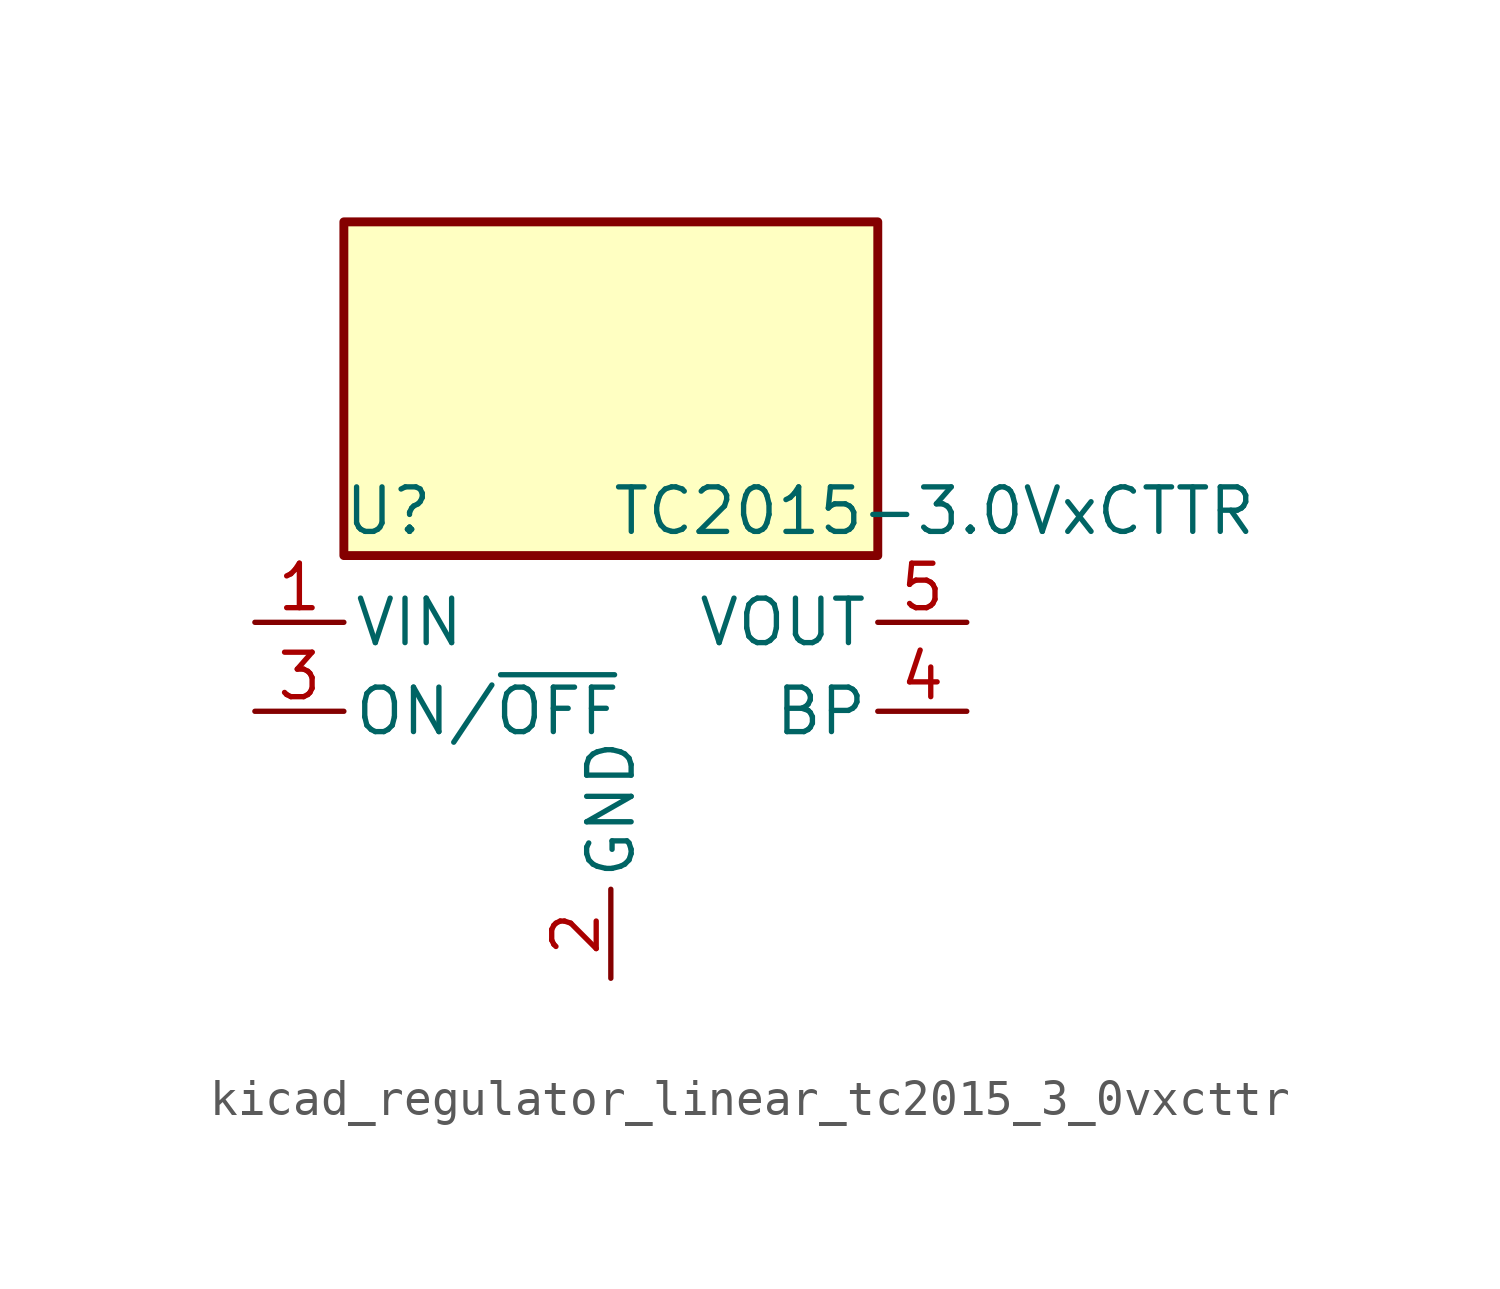
<source format=kicad_sym>
(kicad_symbol_lib
  (version 20220914)
  (generator kicad_symbol_editor)
  (symbol "kicad_regulator_linear_tc2015_3_0vxcttr"
    (pin_names
      (offset 0.254))
    (property "Reference" "U"
      (at -6.35 5.715 0)
      (effects (font (size 1.27 1.27))))
    (property "Value" "TC2015-3.0VxCTTR"
      (at 0 5.715 0)
      (effects (font (size 1.27 1.27)) (justify left)))
    (symbol "kicad_regulator_linear_tc2015_3_0vxcttr_0_1"
      (rectangle (start 7.62 13.97) (end -7.62 4.445) (stroke (width 0.254) (type default)) (fill (type background))))
    (symbol "kicad_regulator_linear_tc2015_3_0vxcttr_1_1"
      (pin power_in line (at -10.16 2.54 0) (length 2.54) (name "VIN" (effects (font (size 1.27 1.27)))) (number "1" (effects (font (size 1.27 1.27)))))
      (pin power_in line (at 0 -7.62 90) (length 2.54) (name "GND" (effects (font (size 1.27 1.27)))) (number "2" (effects (font (size 1.27 1.27)))))
      (pin input line (at -10.16 0 0) (length 2.54) (name "ON/~{OFF}" (effects (font (size 1.27 1.27)))) (number "3" (effects (font (size 1.27 1.27)))))
      (pin input line (at 10.16 0 180) (length 2.54) (name "BP" (effects (font (size 1.27 1.27)))) (number "4" (effects (font (size 1.27 1.27)))))
      (pin power_out line (at 10.16 2.54 180) (length 2.54) (name "VOUT" (effects (font (size 1.27 1.27)))) (number "5" (effects (font (size 1.27 1.27))))))))
</source>
